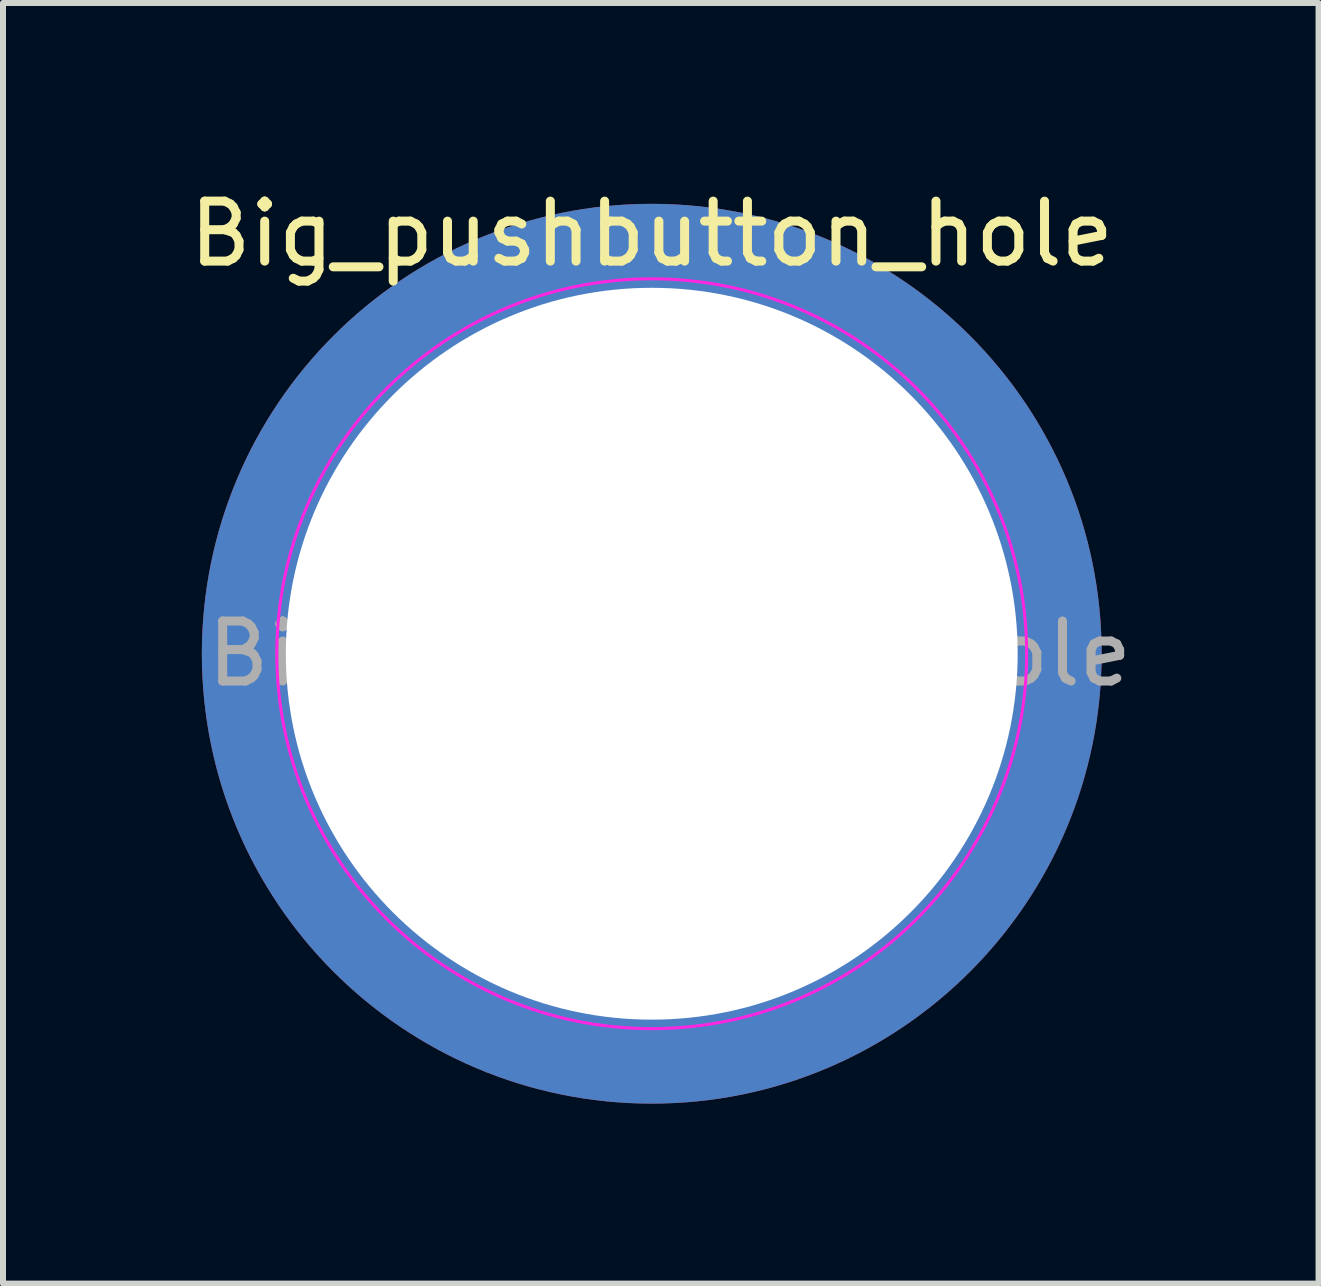
<source format=kicad_pcb>
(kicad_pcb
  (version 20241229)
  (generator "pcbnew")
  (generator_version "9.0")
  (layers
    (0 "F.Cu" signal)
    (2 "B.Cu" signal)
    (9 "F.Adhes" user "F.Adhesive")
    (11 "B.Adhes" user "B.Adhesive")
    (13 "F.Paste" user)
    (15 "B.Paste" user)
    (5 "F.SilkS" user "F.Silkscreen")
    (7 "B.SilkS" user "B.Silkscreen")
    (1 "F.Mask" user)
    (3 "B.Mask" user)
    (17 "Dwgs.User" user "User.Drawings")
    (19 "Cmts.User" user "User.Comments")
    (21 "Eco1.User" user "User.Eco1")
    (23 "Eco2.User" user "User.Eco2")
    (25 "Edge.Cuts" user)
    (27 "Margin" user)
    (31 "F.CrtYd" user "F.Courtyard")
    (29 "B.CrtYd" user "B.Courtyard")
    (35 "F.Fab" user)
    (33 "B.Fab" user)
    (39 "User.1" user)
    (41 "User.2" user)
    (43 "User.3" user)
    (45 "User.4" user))
  (footprint "Big_pushbutton_hole"
    (layer "F.Cu")
    (at 7.815 7.848)
    (property "Reference" "Big_pushbutton_hole" (at 0 -7 0) (layer "F.SilkS") (effects (font (size 1 1) (thickness 0.15))))
    (attr exclude_from_pos_files exclude_from_bom)
    (fp_circle (center 0 0) (end 6 0) (stroke (width 0.15) (type solid)) (fill no) (layer "Cmts.User"))
    (fp_circle (center 0 0) (end 6.25 0) (stroke (width 0.05) (type solid)) (fill no) (layer "F.CrtYd"))
    (fp_text user "${REFERENCE}" (at 0.3 0 0) (layer "F.Fab") (effects (font (size 1 1) (thickness 0.15))))
    (pad "1" thru_hole circle (at 0 0) (size 15 15) (drill 12.2) (layers "*.Cu" "*.Mask")))
  (gr_rect
    (start -3 -3)
    (end 18.931 18.348)
    (stroke (width 0.1) (type default))
    (fill no)
    (layer "Edge.Cuts")))
</source>
